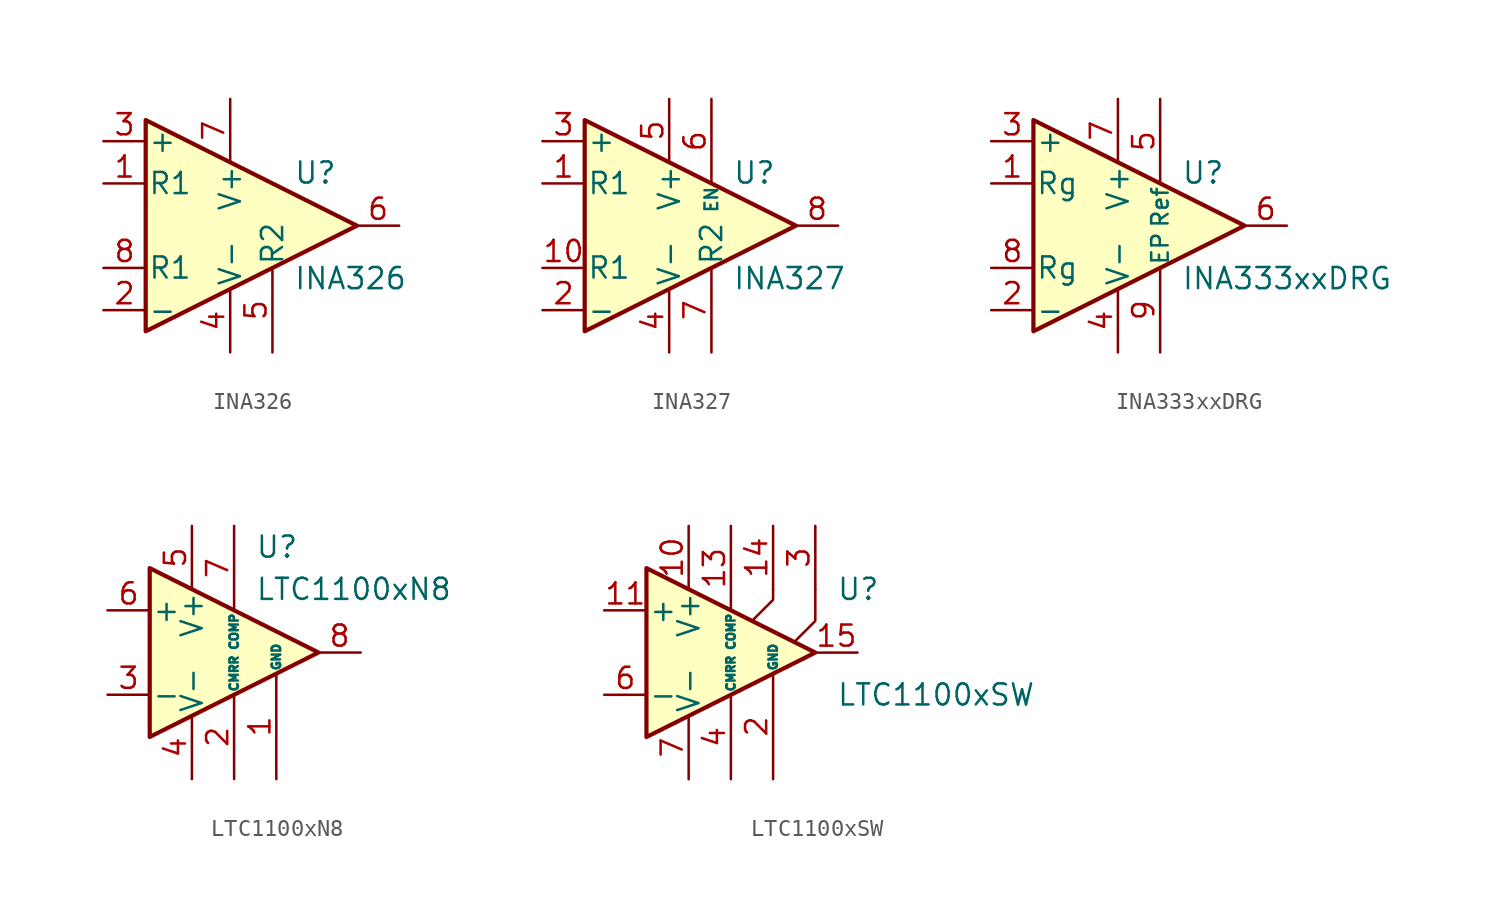
<source format=kicad_sym>
(kicad_symbol_lib
  (version 20241209)
  (generator "kicad_symbol_editor")
  (generator_version "9.0")
  (symbol "INA326"
    (pin_names
      (offset 0.127))
    (property "Reference" "U"
      (at 3.81 3.175 0)
      (effects (font (size 1.27 1.27)) (justify left)))
    (property "Value" "INA326"
      (at 3.81 -3.175 0)
      (effects (font (size 1.27 1.27)) (justify left)))
    (symbol "INA326_0_1"
      (polyline (pts (xy 7.62 0) (xy -5.08 6.35) (xy -5.08 -6.35) (xy 7.62 0)) (stroke (width 0.254) (type default)) (fill (type background))))
    (symbol "INA326_1_1"
      (pin input line (at -7.62 5.08 0) (length 2.54) (name "+" (effects (font (size 1.27 1.27)))) (number "3" (effects (font (size 1.27 1.27)))))
      (pin passive line (at -7.62 2.54 0) (length 2.54) (name "R1" (effects (font (size 1.27 1.27)))) (number "1" (effects (font (size 1.27 1.27)))))
      (pin passive line (at -7.62 -2.54 0) (length 2.54) (name "R1" (effects (font (size 1.27 1.27)))) (number "8" (effects (font (size 1.27 1.27)))))
      (pin input line (at -7.62 -5.08 0) (length 2.54) (name "-" (effects (font (size 1.27 1.27)))) (number "2" (effects (font (size 1.27 1.27)))))
      (pin power_in line (at 0 7.62 270) (length 3.81) (name "V+" (effects (font (size 1.27 1.27)))) (number "7" (effects (font (size 1.27 1.27)))))
      (pin power_in line (at 0 -7.62 90) (length 3.81) (name "V-" (effects (font (size 1.27 1.27)))) (number "4" (effects (font (size 1.27 1.27)))))
      (pin input line (at 2.54 -7.62 90) (length 5.08) (name "R2" (effects (font (size 1.27 1.27)))) (number "5" (effects (font (size 1.27 1.27)))))
      (pin output line (at 10.16 0 180) (length 2.54) (name "~" (effects (font (size 1.27 1.27)))) (number "6" (effects (font (size 1.27 1.27)))))))
  (symbol "INA327"
    (pin_names
      (offset 0.127))
    (property "Reference" "U"
      (at 3.81 3.175 0)
      (effects (font (size 1.27 1.27)) (justify left)))
    (property "Value" "INA327"
      (at 3.81 -3.175 0)
      (effects (font (size 1.27 1.27)) (justify left)))
    (symbol "INA327_0_1"
      (polyline (pts (xy 7.62 0) (xy -5.08 6.35) (xy -5.08 -6.35) (xy 7.62 0)) (stroke (width 0.254) (type default)) (fill (type background))))
    (symbol "INA327_1_1"
      (pin input line (at -7.62 5.08 0) (length 2.54) (name "+" (effects (font (size 1.27 1.27)))) (number "3" (effects (font (size 1.27 1.27)))))
      (pin passive line (at -7.62 2.54 0) (length 2.54) (name "R1" (effects (font (size 1.27 1.27)))) (number "1" (effects (font (size 1.27 1.27)))))
      (pin passive line (at -7.62 -2.54 0) (length 2.54) (name "R1" (effects (font (size 1.27 1.27)))) (number "10" (effects (font (size 1.27 1.27)))))
      (pin input line (at -7.62 -5.08 0) (length 2.54) (name "-" (effects (font (size 1.27 1.27)))) (number "2" (effects (font (size 1.27 1.27)))))
      (pin power_in line (at 0 7.62 270) (length 3.81) (name "V+" (effects (font (size 1.27 1.27)))) (number "5" (effects (font (size 1.27 1.27)))))
      (pin passive line (at 0 7.62 270) (length 3.81) (hide yes) (name "V+" (effects (font (size 1.27 1.27)))) (number "9" (effects (font (size 1.27 1.27)))))
      (pin power_in line (at 0 -7.62 90) (length 3.81) (name "V-" (effects (font (size 1.27 1.27)))) (number "4" (effects (font (size 1.27 1.27)))))
      (pin input line (at 2.54 7.62 270) (length 5.08) (name "EN" (effects (font (size 0.762 0.762)))) (number "6" (effects (font (size 1.27 1.27)))))
      (pin input line (at 2.54 -7.62 90) (length 5.08) (name "R2" (effects (font (size 1.27 1.27)))) (number "7" (effects (font (size 1.27 1.27)))))
      (pin output line (at 10.16 0 180) (length 2.54) (name "~" (effects (font (size 1.27 1.27)))) (number "8" (effects (font (size 1.27 1.27)))))))
  (symbol "INA333xxDRG"
    (pin_names
      (offset 0.127))
    (property "Reference" "U"
      (at 3.81 3.175 0)
      (effects (font (size 1.27 1.27)) (justify left)))
    (property "Value" "INA333xxDRG"
      (at 3.81 -3.175 0)
      (effects (font (size 1.27 1.27)) (justify left)))
    (symbol "INA333xxDRG_0_1"
      (polyline (pts (xy 7.62 0) (xy -5.08 6.35) (xy -5.08 -6.35) (xy 7.62 0)) (stroke (width 0.254) (type default)) (fill (type background))))
    (symbol "INA333xxDRG_1_1"
      (pin input line (at -7.62 5.08 0) (length 2.54) (name "+" (effects (font (size 1.27 1.27)))) (number "3" (effects (font (size 1.27 1.27)))))
      (pin passive line (at -7.62 2.54 0) (length 2.54) (name "Rg" (effects (font (size 1.27 1.27)))) (number "1" (effects (font (size 1.27 1.27)))))
      (pin passive line (at -7.62 -2.54 0) (length 2.54) (name "Rg" (effects (font (size 1.27 1.27)))) (number "8" (effects (font (size 1.27 1.27)))))
      (pin input line (at -7.62 -5.08 0) (length 2.54) (name "-" (effects (font (size 1.27 1.27)))) (number "2" (effects (font (size 1.27 1.27)))))
      (pin power_in line (at 0 7.62 270) (length 3.81) (name "V+" (effects (font (size 1.27 1.27)))) (number "7" (effects (font (size 1.27 1.27)))))
      (pin power_in line (at 0 -7.62 90) (length 3.81) (name "V-" (effects (font (size 1.27 1.27)))) (number "4" (effects (font (size 1.27 1.27)))))
      (pin input line (at 2.54 7.62 270) (length 5.08) (name "Ref" (effects (font (size 0.991 0.991)))) (number "5" (effects (font (size 1.27 1.27)))))
      (pin passive line (at 2.54 -7.62 90) (length 5.08) (name "EP" (effects (font (size 0.991 0.991)))) (number "9" (effects (font (size 1.27 1.27)))))
      (pin output line (at 10.16 0 180) (length 2.54) (name "~" (effects (font (size 1.27 1.27)))) (number "6" (effects (font (size 1.27 1.27)))))))
  (symbol "LTC1100xN8"
    (pin_names
      (offset 0.127))
    (property "Reference" "U"
      (at 1.27 6.35 0)
      (effects (font (size 1.27 1.27)) (justify left)))
    (property "Value" "LTC1100xN8"
      (at 1.27 3.81 0)
      (effects (font (size 1.27 1.27)) (justify left)))
    (symbol "LTC1100xN8_0_1"
      (polyline (pts (xy -5.08 5.08) (xy 5.08 0) (xy -5.08 -5.08) (xy -5.08 5.08)) (stroke (width 0.254) (type default)) (fill (type background))))
    (symbol "LTC1100xN8_1_1"
      (pin input line (at -7.62 2.54 0) (length 2.54) (name "+" (effects (font (size 1.27 1.27)))) (number "6" (effects (font (size 1.27 1.27)))))
      (pin input line (at -7.62 -2.54 0) (length 2.54) (name "-" (effects (font (size 1.27 1.27)))) (number "3" (effects (font (size 1.27 1.27)))))
      (pin power_in line (at -2.54 7.62 270) (length 3.81) (name "V+" (effects (font (size 1.27 1.27)))) (number "5" (effects (font (size 1.27 1.27)))))
      (pin power_in line (at -2.54 -7.62 90) (length 3.81) (name "V-" (effects (font (size 1.27 1.27)))) (number "4" (effects (font (size 1.27 1.27)))))
      (pin input line (at 0 7.62 270) (length 5.08) (name "COMP" (effects (font (size 0.508 0.508)))) (number "7" (effects (font (size 1.27 1.27)))))
      (pin input line (at 0 -7.62 90) (length 5.08) (name "CMRR" (effects (font (size 0.508 0.508)))) (number "2" (effects (font (size 1.27 1.27)))))
      (pin input line (at 2.54 -7.62 90) (length 6.35) (name "GND" (effects (font (size 0.508 0.508)))) (number "1" (effects (font (size 1.27 1.27)))))
      (pin output line (at 7.62 0 180) (length 2.54) (name "~" (effects (font (size 1.27 1.27)))) (number "8" (effects (font (size 1.27 1.27)))))))
  (symbol "LTC1100xSW"
    (pin_names
      (offset 0.127))
    (property "Reference" "U"
      (at 6.35 3.81 0)
      (effects (font (size 1.27 1.27)) (justify left)))
    (property "Value" "LTC1100xSW"
      (at 6.35 -2.54 0)
      (effects (font (size 1.27 1.27)) (justify left)))
    (symbol "LTC1100xSW_0_1"
      (polyline (pts (xy -5.08 5.08) (xy 5.08 0) (xy -5.08 -5.08) (xy -5.08 5.08)) (stroke (width 0.254) (type default)) (fill (type background)))
      (polyline (pts (xy 1.27 1.905) (xy 2.54 3.175) (xy 2.54 3.81)) (stroke (width 0.152) (type default)) (fill (type none)))
      (polyline (pts (xy 3.81 0.635) (xy 5.08 1.905) (xy 5.08 3.81)) (stroke (width 0.152) (type default)) (fill (type none))))
    (symbol "LTC1100xSW_1_1"
      (pin input line (at -7.62 2.54 0) (length 2.54) (name "+" (effects (font (size 1.27 1.27)))) (number "11" (effects (font (size 1.27 1.27)))))
      (pin input line (at -7.62 -2.54 0) (length 2.54) (name "-" (effects (font (size 1.27 1.27)))) (number "6" (effects (font (size 1.27 1.27)))))
      (pin no_connect line (at -5.08 2.54 270) (length 2.54) (hide yes) (name "NC" (effects (font (size 1.27 1.27)))) (number "1" (effects (font (size 1.27 1.27)))))
      (pin no_connect line (at -5.08 -2.54 90) (length 2.54) (hide yes) (name "NC" (effects (font (size 1.27 1.27)))) (number "9" (effects (font (size 1.27 1.27)))))
      (pin power_in line (at -2.54 7.62 270) (length 3.81) (name "V+" (effects (font (size 1.27 1.27)))) (number "10" (effects (font (size 1.27 1.27)))))
      (pin no_connect line (at -2.54 2.54 270) (length 2.54) (hide yes) (name "NC" (effects (font (size 1.27 1.27)))) (number "5" (effects (font (size 1.27 1.27)))))
      (pin no_connect line (at -2.54 -2.54 90) (length 2.54) (hide yes) (name "NC" (effects (font (size 1.27 1.27)))) (number "12" (effects (font (size 1.27 1.27)))))
      (pin power_in line (at -2.54 -7.62 90) (length 3.81) (name "V-" (effects (font (size 1.27 1.27)))) (number "7" (effects (font (size 1.27 1.27)))))
      (pin input line (at 0 7.62 270) (length 5.08) (name "COMP" (effects (font (size 0.508 0.508)))) (number "13" (effects (font (size 1.27 1.27)))))
      (pin no_connect line (at 0 2.54 270) (length 2.54) (hide yes) (name "NC" (effects (font (size 1.27 1.27)))) (number "8" (effects (font (size 1.27 1.27)))))
      (pin no_connect line (at 0 -2.54 90) (length 2.54) (hide yes) (name "NC" (effects (font (size 1.27 1.27)))) (number "16" (effects (font (size 1.27 1.27)))))
      (pin input line (at 0 -7.62 90) (length 5.08) (name "CMRR" (effects (font (size 0.508 0.508)))) (number "4" (effects (font (size 1.27 1.27)))))
      (pin passive line (at 2.54 7.62 270) (length 3.81) (name "~" (effects (font (size 1.27 1.27)))) (number "14" (effects (font (size 1.27 1.27)))))
      (pin input line (at 2.54 -7.62 90) (length 6.35) (name "GND" (effects (font (size 0.508 0.508)))) (number "2" (effects (font (size 1.27 1.27)))))
      (pin passive line (at 5.08 7.62 270) (length 3.81) (name "~" (effects (font (size 1.27 1.27)))) (number "3" (effects (font (size 1.27 1.27)))))
      (pin output line (at 7.62 0 180) (length 2.54) (name "~" (effects (font (size 1.27 1.27)))) (number "15" (effects (font (size 1.27 1.27))))))))
</source>
